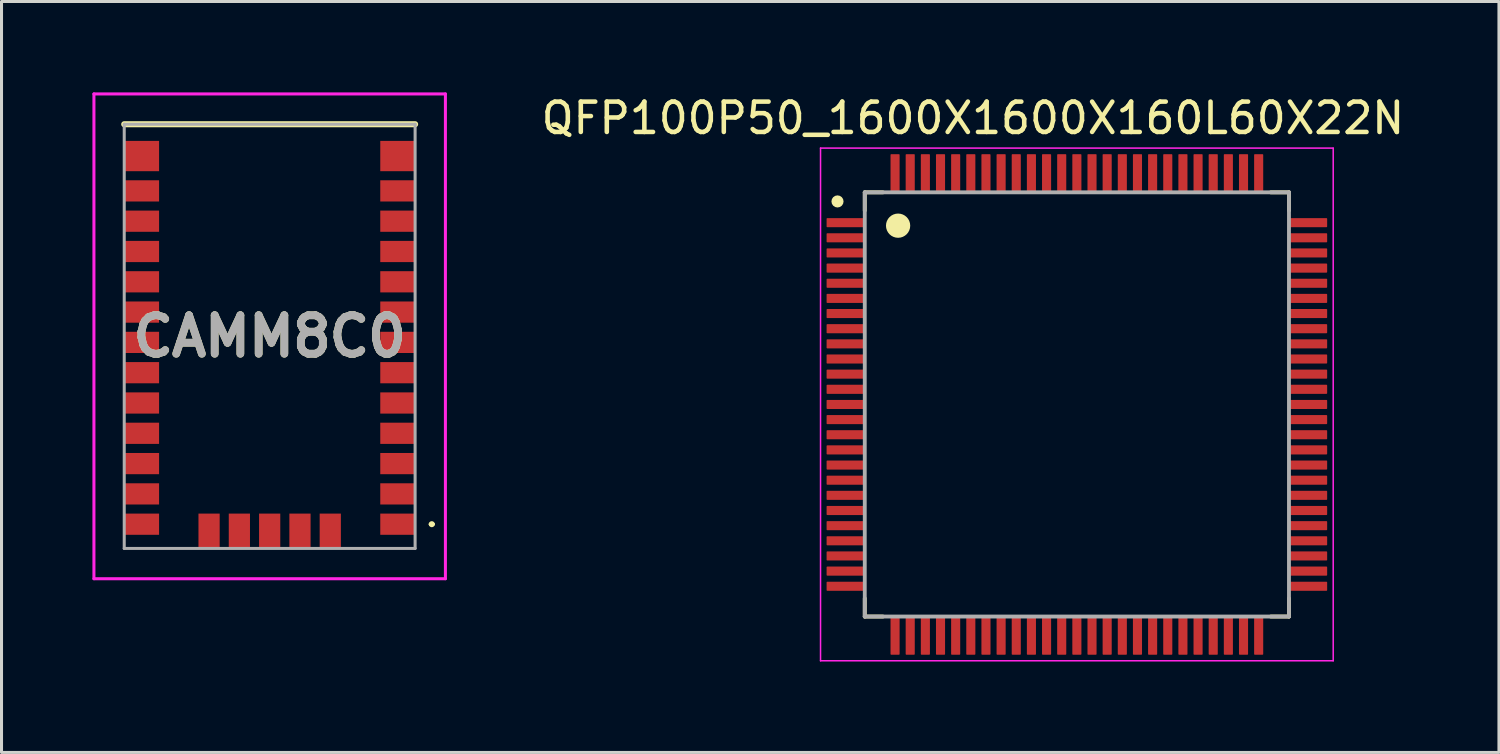
<source format=kicad_pcb>
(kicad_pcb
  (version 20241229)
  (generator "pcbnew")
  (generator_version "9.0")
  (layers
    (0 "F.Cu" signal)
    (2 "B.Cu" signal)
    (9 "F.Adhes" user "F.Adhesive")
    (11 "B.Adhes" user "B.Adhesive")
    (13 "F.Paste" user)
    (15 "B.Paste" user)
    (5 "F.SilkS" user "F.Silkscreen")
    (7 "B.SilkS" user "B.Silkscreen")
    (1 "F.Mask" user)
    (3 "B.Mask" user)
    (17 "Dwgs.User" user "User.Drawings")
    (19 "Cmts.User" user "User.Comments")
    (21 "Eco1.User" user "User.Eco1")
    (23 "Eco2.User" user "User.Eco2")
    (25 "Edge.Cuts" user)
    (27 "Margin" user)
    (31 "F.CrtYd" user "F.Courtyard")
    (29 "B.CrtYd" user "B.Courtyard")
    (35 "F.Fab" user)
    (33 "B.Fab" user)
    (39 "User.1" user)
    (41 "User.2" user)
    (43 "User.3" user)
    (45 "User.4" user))
  (footprint "QFP100P50_1600X1600X160L60X22N"
    (layer "F.Cu")
    (at 32.49 10.298)
    (property "Reference" "QFP100P50_1600X1600X160L60X22N" (at -3.43 -9.449 0) (layer "F.SilkS") (effects (font (size 1.001 1.001) (thickness 0.15))))
    (attr smd)
    (fp_line (start -7 -7) (end -7 -6.4) (stroke (width 0.127) (type solid)) (layer "F.SilkS"))
    (fp_line (start -7 6.4) (end -7 7) (stroke (width 0.127) (type solid)) (layer "F.SilkS"))
    (fp_line (start -7 7) (end -6.4 7) (stroke (width 0.127) (type solid)) (layer "F.SilkS"))
    (fp_line (start -6.4 -7) (end -7 -7) (stroke (width 0.127) (type solid)) (layer "F.SilkS"))
    (fp_line (start 6.4 -7) (end 7 -7) (stroke (width 0.127) (type solid)) (layer "F.SilkS"))
    (fp_line (start 7 -7) (end 7 -6.4) (stroke (width 0.127) (type solid)) (layer "F.SilkS"))
    (fp_line (start 7 6.4) (end 7 7) (stroke (width 0.127) (type solid)) (layer "F.SilkS"))
    (fp_line (start 7 7) (end 6.4 7) (stroke (width 0.127) (type solid)) (layer "F.SilkS"))
    (fp_circle (center -7.9 -6.7) (end -7.8 -6.7) (stroke (width 0.2) (type solid)) (fill no) (layer "F.SilkS"))
    (fp_circle (center -5.9 -5.9) (end -5.7 -5.9) (stroke (width 0.4) (type solid)) (fill no) (layer "F.SilkS"))
    (fp_line (start -8.46 -8.46) (end 8.46 -8.46) (stroke (width 0.05) (type solid)) (layer "F.CrtYd"))
    (fp_line (start -8.46 8.46) (end -8.46 -8.46) (stroke (width 0.05) (type solid)) (layer "F.CrtYd"))
    (fp_line (start 8.46 -8.46) (end 8.46 8.46) (stroke (width 0.05) (type solid)) (layer "F.CrtYd"))
    (fp_line (start 8.46 8.46) (end -8.46 8.46) (stroke (width 0.05) (type solid)) (layer "F.CrtYd"))
    (fp_line (start -7 -7) (end 7 -7) (stroke (width 0.127) (type solid)) (layer "F.Fab"))
    (fp_line (start -7 7) (end -7 -7) (stroke (width 0.127) (type solid)) (layer "F.Fab"))
    (fp_line (start 7 -7) (end 7 7) (stroke (width 0.127) (type solid)) (layer "F.Fab"))
    (fp_line (start 7 7) (end -7 7) (stroke (width 0.127) (type solid)) (layer "F.Fab"))
    (pad "1" smd roundrect (at -7.63 -6) (size 1.26 0.3) (layers "F.Cu" "F.Mask" "F.Paste") (roundrect_rratio 0.08))
    (pad "2" smd roundrect (at -7.63 -5.5) (size 1.26 0.3) (layers "F.Cu" "F.Mask" "F.Paste") (roundrect_rratio 0.08))
    (pad "3" smd roundrect (at -7.63 -5) (size 1.26 0.3) (layers "F.Cu" "F.Mask" "F.Paste") (roundrect_rratio 0.08))
    (pad "4" smd roundrect (at -7.63 -4.5) (size 1.26 0.3) (layers "F.Cu" "F.Mask" "F.Paste") (roundrect_rratio 0.08))
    (pad "5" smd roundrect (at -7.63 -4) (size 1.26 0.3) (layers "F.Cu" "F.Mask" "F.Paste") (roundrect_rratio 0.08))
    (pad "6" smd roundrect (at -7.63 -3.5) (size 1.26 0.3) (layers "F.Cu" "F.Mask" "F.Paste") (roundrect_rratio 0.08))
    (pad "7" smd roundrect (at -7.63 -3) (size 1.26 0.3) (layers "F.Cu" "F.Mask" "F.Paste") (roundrect_rratio 0.08))
    (pad "8" smd roundrect (at -7.63 -2.5) (size 1.26 0.3) (layers "F.Cu" "F.Mask" "F.Paste") (roundrect_rratio 0.08))
    (pad "9" smd roundrect (at -7.63 -2) (size 1.26 0.3) (layers "F.Cu" "F.Mask" "F.Paste") (roundrect_rratio 0.08))
    (pad "10" smd roundrect (at -7.63 -1.5) (size 1.26 0.3) (layers "F.Cu" "F.Mask" "F.Paste") (roundrect_rratio 0.08))
    (pad "11" smd roundrect (at -7.63 -1) (size 1.26 0.3) (layers "F.Cu" "F.Mask" "F.Paste") (roundrect_rratio 0.08))
    (pad "12" smd roundrect (at -7.63 -0.5) (size 1.26 0.3) (layers "F.Cu" "F.Mask" "F.Paste") (roundrect_rratio 0.08))
    (pad "13" smd roundrect (at -7.63 0) (size 1.26 0.3) (layers "F.Cu" "F.Mask" "F.Paste") (roundrect_rratio 0.08))
    (pad "14" smd roundrect (at -7.63 0.5) (size 1.26 0.3) (layers "F.Cu" "F.Mask" "F.Paste") (roundrect_rratio 0.08))
    (pad "15" smd roundrect (at -7.63 1) (size 1.26 0.3) (layers "F.Cu" "F.Mask" "F.Paste") (roundrect_rratio 0.08))
    (pad "16" smd roundrect (at -7.63 1.5) (size 1.26 0.3) (layers "F.Cu" "F.Mask" "F.Paste") (roundrect_rratio 0.08))
    (pad "17" smd roundrect (at -7.63 2) (size 1.26 0.3) (layers "F.Cu" "F.Mask" "F.Paste") (roundrect_rratio 0.08))
    (pad "18" smd roundrect (at -7.63 2.5) (size 1.26 0.3) (layers "F.Cu" "F.Mask" "F.Paste") (roundrect_rratio 0.08))
    (pad "19" smd roundrect (at -7.63 3) (size 1.26 0.3) (layers "F.Cu" "F.Mask" "F.Paste") (roundrect_rratio 0.08))
    (pad "20" smd roundrect (at -7.63 3.5) (size 1.26 0.3) (layers "F.Cu" "F.Mask" "F.Paste") (roundrect_rratio 0.08))
    (pad "21" smd roundrect (at -7.63 4) (size 1.26 0.3) (layers "F.Cu" "F.Mask" "F.Paste") (roundrect_rratio 0.08))
    (pad "22" smd roundrect (at -7.63 4.5) (size 1.26 0.3) (layers "F.Cu" "F.Mask" "F.Paste") (roundrect_rratio 0.08))
    (pad "23" smd roundrect (at -7.63 5) (size 1.26 0.3) (layers "F.Cu" "F.Mask" "F.Paste") (roundrect_rratio 0.08))
    (pad "24" smd roundrect (at -7.63 5.5) (size 1.26 0.3) (layers "F.Cu" "F.Mask" "F.Paste") (roundrect_rratio 0.08))
    (pad "25" smd roundrect (at -7.63 6) (size 1.26 0.3) (layers "F.Cu" "F.Mask" "F.Paste") (roundrect_rratio 0.08))
    (pad "26" smd roundrect (at -6 7.63 90) (size 1.26 0.3) (layers "F.Cu" "F.Mask" "F.Paste") (roundrect_rratio 0.08))
    (pad "27" smd roundrect (at -5.5 7.63 90) (size 1.26 0.3) (layers "F.Cu" "F.Mask" "F.Paste") (roundrect_rratio 0.08))
    (pad "28" smd roundrect (at -5 7.63 90) (size 1.26 0.3) (layers "F.Cu" "F.Mask" "F.Paste") (roundrect_rratio 0.08))
    (pad "29" smd roundrect (at -4.5 7.63 90) (size 1.26 0.3) (layers "F.Cu" "F.Mask" "F.Paste") (roundrect_rratio 0.08))
    (pad "30" smd roundrect (at -4 7.63 90) (size 1.26 0.3) (layers "F.Cu" "F.Mask" "F.Paste") (roundrect_rratio 0.08))
    (pad "31" smd roundrect (at -3.5 7.63 90) (size 1.26 0.3) (layers "F.Cu" "F.Mask" "F.Paste") (roundrect_rratio 0.08))
    (pad "32" smd roundrect (at -3 7.63 90) (size 1.26 0.3) (layers "F.Cu" "F.Mask" "F.Paste") (roundrect_rratio 0.08))
    (pad "33" smd roundrect (at -2.5 7.63 90) (size 1.26 0.3) (layers "F.Cu" "F.Mask" "F.Paste") (roundrect_rratio 0.08))
    (pad "34" smd roundrect (at -2 7.63 90) (size 1.26 0.3) (layers "F.Cu" "F.Mask" "F.Paste") (roundrect_rratio 0.08))
    (pad "35" smd roundrect (at -1.5 7.63 90) (size 1.26 0.3) (layers "F.Cu" "F.Mask" "F.Paste") (roundrect_rratio 0.08))
    (pad "36" smd roundrect (at -1 7.63 90) (size 1.26 0.3) (layers "F.Cu" "F.Mask" "F.Paste") (roundrect_rratio 0.08))
    (pad "37" smd roundrect (at -0.5 7.63 90) (size 1.26 0.3) (layers "F.Cu" "F.Mask" "F.Paste") (roundrect_rratio 0.08))
    (pad "38" smd roundrect (at 0 7.63 90) (size 1.26 0.3) (layers "F.Cu" "F.Mask" "F.Paste") (roundrect_rratio 0.08))
    (pad "39" smd roundrect (at 0.5 7.63 90) (size 1.26 0.3) (layers "F.Cu" "F.Mask" "F.Paste") (roundrect_rratio 0.08))
    (pad "40" smd roundrect (at 1 7.63 90) (size 1.26 0.3) (layers "F.Cu" "F.Mask" "F.Paste") (roundrect_rratio 0.08))
    (pad "41" smd roundrect (at 1.5 7.63 90) (size 1.26 0.3) (layers "F.Cu" "F.Mask" "F.Paste") (roundrect_rratio 0.08))
    (pad "42" smd roundrect (at 2 7.63 90) (size 1.26 0.3) (layers "F.Cu" "F.Mask" "F.Paste") (roundrect_rratio 0.08))
    (pad "43" smd roundrect (at 2.5 7.63 90) (size 1.26 0.3) (layers "F.Cu" "F.Mask" "F.Paste") (roundrect_rratio 0.08))
    (pad "44" smd roundrect (at 3 7.63 90) (size 1.26 0.3) (layers "F.Cu" "F.Mask" "F.Paste") (roundrect_rratio 0.08))
    (pad "45" smd roundrect (at 3.5 7.63 90) (size 1.26 0.3) (layers "F.Cu" "F.Mask" "F.Paste") (roundrect_rratio 0.08))
    (pad "46" smd roundrect (at 4 7.63 90) (size 1.26 0.3) (layers "F.Cu" "F.Mask" "F.Paste") (roundrect_rratio 0.08))
    (pad "47" smd roundrect (at 4.5 7.63 90) (size 1.26 0.3) (layers "F.Cu" "F.Mask" "F.Paste") (roundrect_rratio 0.08))
    (pad "48" smd roundrect (at 5 7.63 90) (size 1.26 0.3) (layers "F.Cu" "F.Mask" "F.Paste") (roundrect_rratio 0.08))
    (pad "49" smd roundrect (at 5.5 7.63 90) (size 1.26 0.3) (layers "F.Cu" "F.Mask" "F.Paste") (roundrect_rratio 0.08))
    (pad "50" smd roundrect (at 6 7.63 90) (size 1.26 0.3) (layers "F.Cu" "F.Mask" "F.Paste") (roundrect_rratio 0.08))
    (pad "51" smd roundrect (at 7.63 6 180) (size 1.26 0.3) (layers "F.Cu" "F.Mask" "F.Paste") (roundrect_rratio 0.08))
    (pad "52" smd roundrect (at 7.63 5.5 180) (size 1.26 0.3) (layers "F.Cu" "F.Mask" "F.Paste") (roundrect_rratio 0.08))
    (pad "53" smd roundrect (at 7.63 5 180) (size 1.26 0.3) (layers "F.Cu" "F.Mask" "F.Paste") (roundrect_rratio 0.08))
    (pad "54" smd roundrect (at 7.63 4.5 180) (size 1.26 0.3) (layers "F.Cu" "F.Mask" "F.Paste") (roundrect_rratio 0.08))
    (pad "55" smd roundrect (at 7.63 4 180) (size 1.26 0.3) (layers "F.Cu" "F.Mask" "F.Paste") (roundrect_rratio 0.08))
    (pad "56" smd roundrect (at 7.63 3.5 180) (size 1.26 0.3) (layers "F.Cu" "F.Mask" "F.Paste") (roundrect_rratio 0.08))
    (pad "57" smd roundrect (at 7.63 3 180) (size 1.26 0.3) (layers "F.Cu" "F.Mask" "F.Paste") (roundrect_rratio 0.08))
    (pad "58" smd roundrect (at 7.63 2.5 180) (size 1.26 0.3) (layers "F.Cu" "F.Mask" "F.Paste") (roundrect_rratio 0.08))
    (pad "59" smd roundrect (at 7.63 2 180) (size 1.26 0.3) (layers "F.Cu" "F.Mask" "F.Paste") (roundrect_rratio 0.08))
    (pad "60" smd roundrect (at 7.63 1.5 180) (size 1.26 0.3) (layers "F.Cu" "F.Mask" "F.Paste") (roundrect_rratio 0.08))
    (pad "61" smd roundrect (at 7.63 1 180) (size 1.26 0.3) (layers "F.Cu" "F.Mask" "F.Paste") (roundrect_rratio 0.08))
    (pad "62" smd roundrect (at 7.63 0.5 180) (size 1.26 0.3) (layers "F.Cu" "F.Mask" "F.Paste") (roundrect_rratio 0.08))
    (pad "63" smd roundrect (at 7.63 0 180) (size 1.26 0.3) (layers "F.Cu" "F.Mask" "F.Paste") (roundrect_rratio 0.08))
    (pad "64" smd roundrect (at 7.63 -0.5 180) (size 1.26 0.3) (layers "F.Cu" "F.Mask" "F.Paste") (roundrect_rratio 0.08))
    (pad "65" smd roundrect (at 7.63 -1 180) (size 1.26 0.3) (layers "F.Cu" "F.Mask" "F.Paste") (roundrect_rratio 0.08))
    (pad "66" smd roundrect (at 7.63 -1.5 180) (size 1.26 0.3) (layers "F.Cu" "F.Mask" "F.Paste") (roundrect_rratio 0.08))
    (pad "67" smd roundrect (at 7.63 -2 180) (size 1.26 0.3) (layers "F.Cu" "F.Mask" "F.Paste") (roundrect_rratio 0.08))
    (pad "68" smd roundrect (at 7.63 -2.5 180) (size 1.26 0.3) (layers "F.Cu" "F.Mask" "F.Paste") (roundrect_rratio 0.08))
    (pad "69" smd roundrect (at 7.63 -3 180) (size 1.26 0.3) (layers "F.Cu" "F.Mask" "F.Paste") (roundrect_rratio 0.08))
    (pad "70" smd roundrect (at 7.63 -3.5 180) (size 1.26 0.3) (layers "F.Cu" "F.Mask" "F.Paste") (roundrect_rratio 0.08))
    (pad "71" smd roundrect (at 7.63 -4 180) (size 1.26 0.3) (layers "F.Cu" "F.Mask" "F.Paste") (roundrect_rratio 0.08))
    (pad "72" smd roundrect (at 7.63 -4.5 180) (size 1.26 0.3) (layers "F.Cu" "F.Mask" "F.Paste") (roundrect_rratio 0.08))
    (pad "73" smd roundrect (at 7.63 -5 180) (size 1.26 0.3) (layers "F.Cu" "F.Mask" "F.Paste") (roundrect_rratio 0.08))
    (pad "74" smd roundrect (at 7.63 -5.5 180) (size 1.26 0.3) (layers "F.Cu" "F.Mask" "F.Paste") (roundrect_rratio 0.08))
    (pad "75" smd roundrect (at 7.63 -6 180) (size 1.26 0.3) (layers "F.Cu" "F.Mask" "F.Paste") (roundrect_rratio 0.08))
    (pad "76" smd roundrect (at 6 -7.63 270) (size 1.26 0.3) (layers "F.Cu" "F.Mask" "F.Paste") (roundrect_rratio 0.08))
    (pad "77" smd roundrect (at 5.5 -7.63 270) (size 1.26 0.3) (layers "F.Cu" "F.Mask" "F.Paste") (roundrect_rratio 0.08))
    (pad "78" smd roundrect (at 5 -7.63 270) (size 1.26 0.3) (layers "F.Cu" "F.Mask" "F.Paste") (roundrect_rratio 0.08))
    (pad "79" smd roundrect (at 4.5 -7.63 270) (size 1.26 0.3) (layers "F.Cu" "F.Mask" "F.Paste") (roundrect_rratio 0.08))
    (pad "80" smd roundrect (at 4 -7.63 270) (size 1.26 0.3) (layers "F.Cu" "F.Mask" "F.Paste") (roundrect_rratio 0.08))
    (pad "81" smd roundrect (at 3.5 -7.63 270) (size 1.26 0.3) (layers "F.Cu" "F.Mask" "F.Paste") (roundrect_rratio 0.08))
    (pad "82" smd roundrect (at 3 -7.63 270) (size 1.26 0.3) (layers "F.Cu" "F.Mask" "F.Paste") (roundrect_rratio 0.08))
    (pad "83" smd roundrect (at 2.5 -7.63 270) (size 1.26 0.3) (layers "F.Cu" "F.Mask" "F.Paste") (roundrect_rratio 0.08))
    (pad "84" smd roundrect (at 2 -7.63 270) (size 1.26 0.3) (layers "F.Cu" "F.Mask" "F.Paste") (roundrect_rratio 0.08))
    (pad "85" smd roundrect (at 1.5 -7.63 270) (size 1.26 0.3) (layers "F.Cu" "F.Mask" "F.Paste") (roundrect_rratio 0.08))
    (pad "86" smd roundrect (at 1 -7.63 270) (size 1.26 0.3) (layers "F.Cu" "F.Mask" "F.Paste") (roundrect_rratio 0.08))
    (pad "87" smd roundrect (at 0.5 -7.63 270) (size 1.26 0.3) (layers "F.Cu" "F.Mask" "F.Paste") (roundrect_rratio 0.08))
    (pad "88" smd roundrect (at 0 -7.63 270) (size 1.26 0.3) (layers "F.Cu" "F.Mask" "F.Paste") (roundrect_rratio 0.08))
    (pad "89" smd roundrect (at -0.5 -7.63 270) (size 1.26 0.3) (layers "F.Cu" "F.Mask" "F.Paste") (roundrect_rratio 0.08))
    (pad "90" smd roundrect (at -1 -7.63 270) (size 1.26 0.3) (layers "F.Cu" "F.Mask" "F.Paste") (roundrect_rratio 0.08))
    (pad "91" smd roundrect (at -1.5 -7.63 270) (size 1.26 0.3) (layers "F.Cu" "F.Mask" "F.Paste") (roundrect_rratio 0.08))
    (pad "92" smd roundrect (at -2 -7.63 270) (size 1.26 0.3) (layers "F.Cu" "F.Mask" "F.Paste") (roundrect_rratio 0.08))
    (pad "93" smd roundrect (at -2.5 -7.63 270) (size 1.26 0.3) (layers "F.Cu" "F.Mask" "F.Paste") (roundrect_rratio 0.08))
    (pad "94" smd roundrect (at -3 -7.63 270) (size 1.26 0.3) (layers "F.Cu" "F.Mask" "F.Paste") (roundrect_rratio 0.08))
    (pad "95" smd roundrect (at -3.5 -7.63 270) (size 1.26 0.3) (layers "F.Cu" "F.Mask" "F.Paste") (roundrect_rratio 0.08))
    (pad "96" smd roundrect (at -4 -7.63 270) (size 1.26 0.3) (layers "F.Cu" "F.Mask" "F.Paste") (roundrect_rratio 0.08))
    (pad "97" smd roundrect (at -4.5 -7.63 270) (size 1.26 0.3) (layers "F.Cu" "F.Mask" "F.Paste") (roundrect_rratio 0.08))
    (pad "98" smd roundrect (at -5 -7.63 270) (size 1.26 0.3) (layers "F.Cu" "F.Mask" "F.Paste") (roundrect_rratio 0.08))
    (pad "99" smd roundrect (at -5.5 -7.63 270) (size 1.26 0.3) (layers "F.Cu" "F.Mask" "F.Paste") (roundrect_rratio 0.08))
    (pad "100" smd roundrect (at -6 -7.63 270) (size 1.26 0.3) (layers "F.Cu" "F.Mask" "F.Paste") (roundrect_rratio 0.08)))
  (footprint "CAMM8C0"
    (layer "F.Cu")
    (at 5.85 8.05)
    (property "Reference" "CAMM8C0" (at 0 0 0) (layer "F.SilkS") (effects (font (size 1.27 1.27) (thickness 0.254))))
    (attr smd)
    (fp_line (start -4.8 -7) (end 4.8 -7) (stroke (width 0.2) (type solid)) (layer "F.SilkS"))
    (fp_line (start 5.3 6.2) (end 5.3 6.2) (stroke (width 0.1) (type solid)) (layer "F.SilkS"))
    (fp_line (start 5.4 6.2) (end 5.4 6.2) (stroke (width 0.1) (type solid)) (layer "F.SilkS"))
    (fp_arc (start 5.3 6.2) (mid 5.35 6.15) (end 5.4 6.2) (stroke (width 0.1) (type solid)) (layer "F.SilkS"))
    (fp_arc (start 5.4 6.2) (mid 5.35 6.25) (end 5.3 6.2) (stroke (width 0.1) (type solid)) (layer "F.SilkS"))
    (fp_line (start -5.8 -8) (end 5.8 -8) (stroke (width 0.1) (type solid)) (layer "F.CrtYd"))
    (fp_line (start -5.8 8) (end -5.8 -8) (stroke (width 0.1) (type solid)) (layer "F.CrtYd"))
    (fp_line (start 5.8 -8) (end 5.8 8) (stroke (width 0.1) (type solid)) (layer "F.CrtYd"))
    (fp_line (start 5.8 8) (end -5.8 8) (stroke (width 0.1) (type solid)) (layer "F.CrtYd"))
    (fp_line (start -4.8 -7) (end 4.8 -7) (stroke (width 0.1) (type solid)) (layer "F.Fab"))
    (fp_line (start -4.8 7) (end -4.8 -7) (stroke (width 0.1) (type solid)) (layer "F.Fab"))
    (fp_line (start 4.8 -7) (end 4.8 7) (stroke (width 0.1) (type solid)) (layer "F.Fab"))
    (fp_line (start 4.8 7) (end -4.8 7) (stroke (width 0.1) (type solid)) (layer "F.Fab"))
    (fp_text user "${REFERENCE}" (at 0 0 0) (layer "F.Fab") (effects (font (size 1.27 1.27) (thickness 0.254))))
    (pad "1" smd rect (at 4.225 6.2 90) (size 0.7 1.15) (layers "F.Cu" "F.Mask" "F.Paste"))
    (pad "2" smd rect (at 4.225 5.2 90) (size 0.7 1.15) (layers "F.Cu" "F.Mask" "F.Paste"))
    (pad "3" smd rect (at 4.225 4.2 90) (size 0.7 1.15) (layers "F.Cu" "F.Mask" "F.Paste"))
    (pad "4" smd rect (at 4.225 3.2 90) (size 0.7 1.15) (layers "F.Cu" "F.Mask" "F.Paste"))
    (pad "5" smd rect (at 4.225 2.2 90) (size 0.7 1.15) (layers "F.Cu" "F.Mask" "F.Paste"))
    (pad "6" smd rect (at 4.225 1.2 90) (size 0.7 1.15) (layers "F.Cu" "F.Mask" "F.Paste"))
    (pad "7" smd rect (at 4.225 0.2 90) (size 0.7 1.15) (layers "F.Cu" "F.Mask" "F.Paste"))
    (pad "8" smd rect (at 4.225 -0.8 90) (size 0.7 1.15) (layers "F.Cu" "F.Mask" "F.Paste"))
    (pad "9" smd rect (at 4.225 -1.8 90) (size 0.7 1.15) (layers "F.Cu" "F.Mask" "F.Paste"))
    (pad "10" smd rect (at 4.225 -2.8 90) (size 0.7 1.15) (layers "F.Cu" "F.Mask" "F.Paste"))
    (pad "11" smd rect (at 4.225 -3.8 90) (size 0.7 1.15) (layers "F.Cu" "F.Mask" "F.Paste"))
    (pad "12" smd rect (at 4.225 -4.8 90) (size 0.7 1.15) (layers "F.Cu" "F.Mask" "F.Paste"))
    (pad "13" smd rect (at 4.225 -5.95 90) (size 1 1.15) (layers "F.Cu" "F.Mask" "F.Paste"))
    (pad "14" smd rect (at -4.225 -5.95 90) (size 1 1.15) (layers "F.Cu" "F.Mask" "F.Paste"))
    (pad "15" smd rect (at -4.225 -4.8 90) (size 0.7 1.15) (layers "F.Cu" "F.Mask" "F.Paste"))
    (pad "16" smd rect (at -4.225 -3.8 90) (size 0.7 1.15) (layers "F.Cu" "F.Mask" "F.Paste"))
    (pad "17" smd rect (at -4.225 -2.8 90) (size 0.7 1.15) (layers "F.Cu" "F.Mask" "F.Paste"))
    (pad "18" smd rect (at -4.225 -1.8 90) (size 0.7 1.15) (layers "F.Cu" "F.Mask" "F.Paste"))
    (pad "19" smd rect (at -4.225 -0.8 90) (size 0.7 1.15) (layers "F.Cu" "F.Mask" "F.Paste"))
    (pad "20" smd rect (at -4.225 0.2 90) (size 0.7 1.15) (layers "F.Cu" "F.Mask" "F.Paste"))
    (pad "21" smd rect (at -4.225 1.2 90) (size 0.7 1.15) (layers "F.Cu" "F.Mask" "F.Paste"))
    (pad "22" smd rect (at -4.225 2.2 90) (size 0.7 1.15) (layers "F.Cu" "F.Mask" "F.Paste"))
    (pad "23" smd rect (at -4.225 3.2 90) (size 0.7 1.15) (layers "F.Cu" "F.Mask" "F.Paste"))
    (pad "24" smd rect (at -4.225 4.2 90) (size 0.7 1.15) (layers "F.Cu" "F.Mask" "F.Paste"))
    (pad "25" smd rect (at -4.225 5.2 90) (size 0.7 1.15) (layers "F.Cu" "F.Mask" "F.Paste"))
    (pad "26" smd rect (at -4.225 6.2 90) (size 0.7 1.15) (layers "F.Cu" "F.Mask" "F.Paste"))
    (pad "27" smd rect (at -2 6.425) (size 0.7 1.15) (layers "F.Cu" "F.Mask" "F.Paste"))
    (pad "28" smd rect (at -1 6.425) (size 0.7 1.15) (layers "F.Cu" "F.Mask" "F.Paste"))
    (pad "29" smd rect (at 0 6.425) (size 0.7 1.15) (layers "F.Cu" "F.Mask" "F.Paste"))
    (pad "30" smd rect (at 1 6.425) (size 0.7 1.15) (layers "F.Cu" "F.Mask" "F.Paste"))
    (pad "31" smd rect (at 2 6.425) (size 0.7 1.15) (layers "F.Cu" "F.Mask" "F.Paste")))
  (gr_rect
    (start -3 -3)
    (end 46.42 21.783)
    (stroke (width 0.1) (type default))
    (fill no)
    (layer "Edge.Cuts")))
</source>
